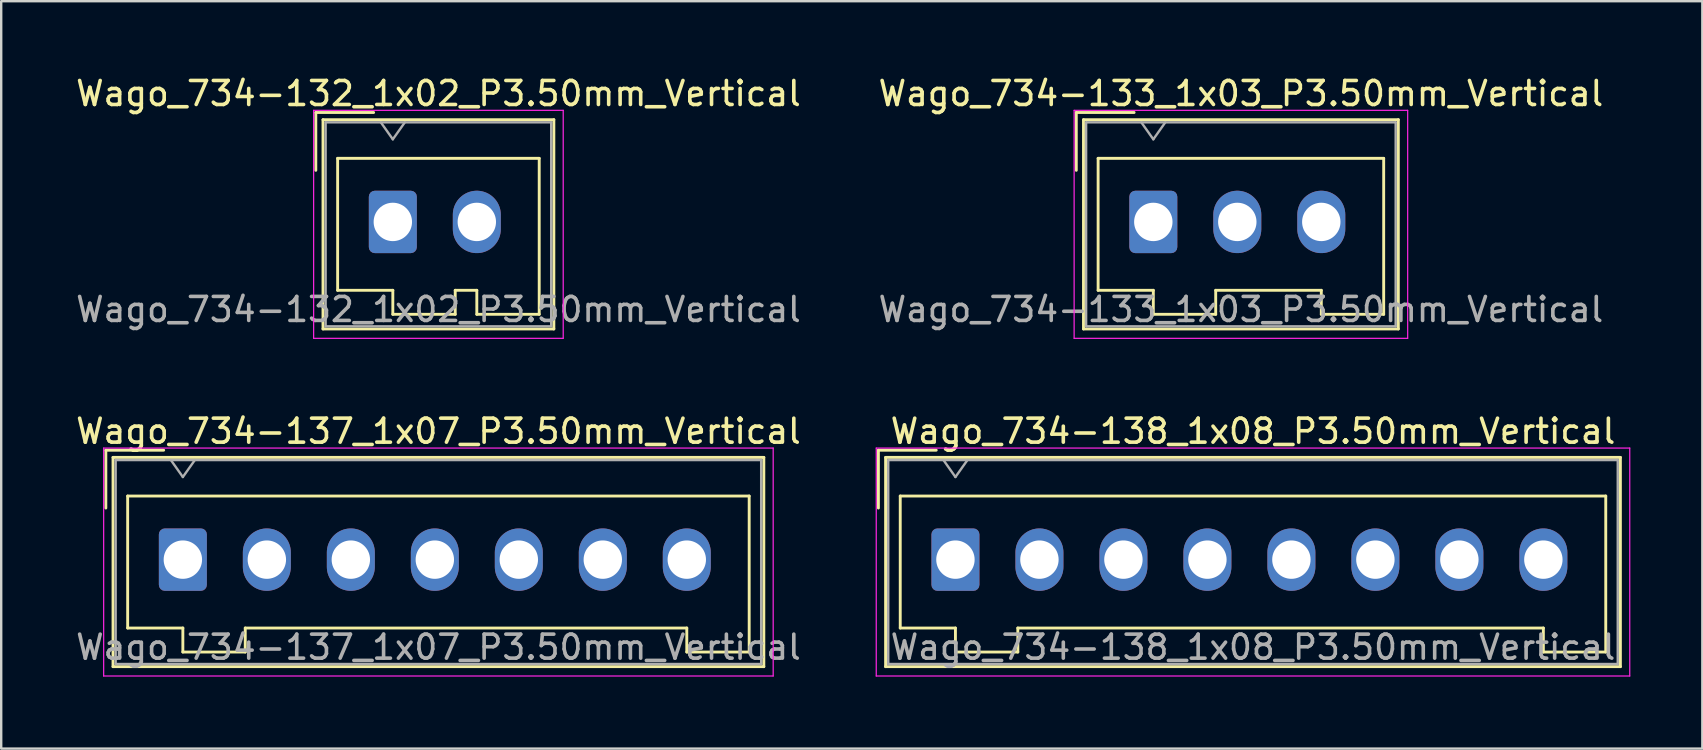
<source format=kicad_pcb>
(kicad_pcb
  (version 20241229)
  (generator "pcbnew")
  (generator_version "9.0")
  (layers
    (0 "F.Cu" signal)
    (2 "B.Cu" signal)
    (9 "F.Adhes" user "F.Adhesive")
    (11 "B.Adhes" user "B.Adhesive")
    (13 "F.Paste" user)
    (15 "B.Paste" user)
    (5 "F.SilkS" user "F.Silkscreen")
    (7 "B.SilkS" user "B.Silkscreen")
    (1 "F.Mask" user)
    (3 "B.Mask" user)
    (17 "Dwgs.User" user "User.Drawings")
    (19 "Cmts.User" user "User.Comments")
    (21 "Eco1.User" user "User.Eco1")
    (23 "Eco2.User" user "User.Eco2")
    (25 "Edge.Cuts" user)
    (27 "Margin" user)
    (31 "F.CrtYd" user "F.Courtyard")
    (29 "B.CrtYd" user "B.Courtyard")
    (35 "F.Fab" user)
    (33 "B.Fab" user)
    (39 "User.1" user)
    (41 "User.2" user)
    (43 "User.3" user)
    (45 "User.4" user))
  (footprint "Wago_734-132_1x02_P3.50mm_Vertical"
    (layer "F.Cu")
    (at 13.32 6.198)
    (property "Reference" "Wago_734-132_1x02_P3.50mm_Vertical" (at 1.9 -5.35 0) (layer "F.SilkS") (effects (font (size 1 1) (thickness 0.15))))
    (attr through_hole)
    (fp_line (start -3.21 -4.56) (end -0.8 -4.56) (stroke (width 0.12) (type solid)) (layer "F.SilkS"))
    (fp_line (start -3.21 -2.15) (end -3.21 -4.56) (stroke (width 0.12) (type solid)) (layer "F.SilkS"))
    (fp_line (start -2.91 -4.26) (end -2.91 4.46) (stroke (width 0.12) (type solid)) (layer "F.SilkS"))
    (fp_line (start -2.91 4.46) (end 6.71 4.46) (stroke (width 0.12) (type solid)) (layer "F.SilkS"))
    (fp_line (start -2.3 -2.65) (end -2.3 2.85) (stroke (width 0.12) (type solid)) (layer "F.SilkS"))
    (fp_line (start -2.3 2.85) (end 0 2.85) (stroke (width 0.12) (type solid)) (layer "F.SilkS"))
    (fp_line (start 0 2.85) (end 0 3.85) (stroke (width 0.12) (type solid)) (layer "F.SilkS"))
    (fp_line (start 0 3.85) (end 2.6 3.85) (stroke (width 0.12) (type solid)) (layer "F.SilkS"))
    (fp_line (start 2.6 2.85) (end 3.5 2.85) (stroke (width 0.12) (type solid)) (layer "F.SilkS"))
    (fp_line (start 2.6 3.85) (end 2.6 2.85) (stroke (width 0.12) (type solid)) (layer "F.SilkS"))
    (fp_line (start 3.5 2.85) (end 3.5 3.85) (stroke (width 0.12) (type solid)) (layer "F.SilkS"))
    (fp_line (start 3.5 3.85) (end 6.1 3.85) (stroke (width 0.12) (type solid)) (layer "F.SilkS"))
    (fp_line (start 6.1 -2.65) (end -2.3 -2.65) (stroke (width 0.12) (type solid)) (layer "F.SilkS"))
    (fp_line (start 6.1 3.85) (end 6.1 -2.65) (stroke (width 0.12) (type solid)) (layer "F.SilkS"))
    (fp_line (start 6.71 -4.26) (end -2.91 -4.26) (stroke (width 0.12) (type solid)) (layer "F.SilkS"))
    (fp_line (start 6.71 4.46) (end 6.71 -4.26) (stroke (width 0.12) (type solid)) (layer "F.SilkS"))
    (fp_line (start -3.3 -4.65) (end -3.3 4.85) (stroke (width 0.05) (type solid)) (layer "F.CrtYd"))
    (fp_line (start -3.3 4.85) (end 7.1 4.85) (stroke (width 0.05) (type solid)) (layer "F.CrtYd"))
    (fp_line (start 7.1 -4.65) (end -3.3 -4.65) (stroke (width 0.05) (type solid)) (layer "F.CrtYd"))
    (fp_line (start 7.1 4.85) (end 7.1 -4.65) (stroke (width 0.05) (type solid)) (layer "F.CrtYd"))
    (fp_line (start -2.8 -4.15) (end -2.8 4.35) (stroke (width 0.1) (type solid)) (layer "F.Fab"))
    (fp_line (start -2.8 4.35) (end 6.6 4.35) (stroke (width 0.1) (type solid)) (layer "F.Fab"))
    (fp_line (start -0.5 -4.15) (end 0 -3.443) (stroke (width 0.1) (type solid)) (layer "F.Fab"))
    (fp_line (start 0 -3.443) (end 0.5 -4.15) (stroke (width 0.1) (type solid)) (layer "F.Fab"))
    (fp_line (start 6.6 -4.15) (end -2.8 -4.15) (stroke (width 0.1) (type solid)) (layer "F.Fab"))
    (fp_line (start 6.6 4.35) (end 6.6 -4.15) (stroke (width 0.1) (type solid)) (layer "F.Fab"))
    (fp_text user "${REFERENCE}" (at 1.9 3.65 0) (layer "F.Fab") (effects (font (size 1 1) (thickness 0.15))))
    (pad "1" thru_hole roundrect (at 0 0) (size 2 2.6) (drill 1.6) (layers "*.Cu" "*.Mask") (roundrect_rratio 0.125))
    (pad "2" thru_hole oval (at 3.5 0) (size 2 2.6) (drill 1.6) (layers "*.Cu" "*.Mask")))
  (footprint "Wago_734-133_1x03_P3.50mm_Vertical"
    (layer "F.Cu")
    (at 45.011 6.198)
    (property "Reference" "Wago_734-133_1x03_P3.50mm_Vertical" (at 3.65 -5.35 0) (layer "F.SilkS") (effects (font (size 1 1) (thickness 0.15))))
    (attr through_hole)
    (fp_line (start -3.21 -4.56) (end -0.8 -4.56) (stroke (width 0.12) (type solid)) (layer "F.SilkS"))
    (fp_line (start -3.21 -2.15) (end -3.21 -4.56) (stroke (width 0.12) (type solid)) (layer "F.SilkS"))
    (fp_line (start -2.91 -4.26) (end -2.91 4.46) (stroke (width 0.12) (type solid)) (layer "F.SilkS"))
    (fp_line (start -2.91 4.46) (end 10.21 4.46) (stroke (width 0.12) (type solid)) (layer "F.SilkS"))
    (fp_line (start -2.3 -2.65) (end -2.3 2.85) (stroke (width 0.12) (type solid)) (layer "F.SilkS"))
    (fp_line (start -2.3 2.85) (end 0 2.85) (stroke (width 0.12) (type solid)) (layer "F.SilkS"))
    (fp_line (start 0 2.85) (end 0 3.85) (stroke (width 0.12) (type solid)) (layer "F.SilkS"))
    (fp_line (start 0 3.85) (end 2.6 3.85) (stroke (width 0.12) (type solid)) (layer "F.SilkS"))
    (fp_line (start 2.6 2.85) (end 7 2.85) (stroke (width 0.12) (type solid)) (layer "F.SilkS"))
    (fp_line (start 2.6 3.85) (end 2.6 2.85) (stroke (width 0.12) (type solid)) (layer "F.SilkS"))
    (fp_line (start 7 2.85) (end 7 3.85) (stroke (width 0.12) (type solid)) (layer "F.SilkS"))
    (fp_line (start 7 3.85) (end 9.6 3.85) (stroke (width 0.12) (type solid)) (layer "F.SilkS"))
    (fp_line (start 9.6 -2.65) (end -2.3 -2.65) (stroke (width 0.12) (type solid)) (layer "F.SilkS"))
    (fp_line (start 9.6 3.85) (end 9.6 -2.65) (stroke (width 0.12) (type solid)) (layer "F.SilkS"))
    (fp_line (start 10.21 -4.26) (end -2.91 -4.26) (stroke (width 0.12) (type solid)) (layer "F.SilkS"))
    (fp_line (start 10.21 4.46) (end 10.21 -4.26) (stroke (width 0.12) (type solid)) (layer "F.SilkS"))
    (fp_line (start -3.3 -4.65) (end -3.3 4.85) (stroke (width 0.05) (type solid)) (layer "F.CrtYd"))
    (fp_line (start -3.3 4.85) (end 10.6 4.85) (stroke (width 0.05) (type solid)) (layer "F.CrtYd"))
    (fp_line (start 10.6 -4.65) (end -3.3 -4.65) (stroke (width 0.05) (type solid)) (layer "F.CrtYd"))
    (fp_line (start 10.6 4.85) (end 10.6 -4.65) (stroke (width 0.05) (type solid)) (layer "F.CrtYd"))
    (fp_line (start -2.8 -4.15) (end -2.8 4.35) (stroke (width 0.1) (type solid)) (layer "F.Fab"))
    (fp_line (start -2.8 4.35) (end 10.1 4.35) (stroke (width 0.1) (type solid)) (layer "F.Fab"))
    (fp_line (start -0.5 -4.15) (end 0 -3.443) (stroke (width 0.1) (type solid)) (layer "F.Fab"))
    (fp_line (start 0 -3.443) (end 0.5 -4.15) (stroke (width 0.1) (type solid)) (layer "F.Fab"))
    (fp_line (start 10.1 -4.15) (end -2.8 -4.15) (stroke (width 0.1) (type solid)) (layer "F.Fab"))
    (fp_line (start 10.1 4.35) (end 10.1 -4.15) (stroke (width 0.1) (type solid)) (layer "F.Fab"))
    (fp_text user "${REFERENCE}" (at 3.65 3.65 0) (layer "F.Fab") (effects (font (size 1 1) (thickness 0.15))))
    (pad "1" thru_hole roundrect (at 0 0) (size 2 2.6) (drill 1.6) (layers "*.Cu" "*.Mask") (roundrect_rratio 0.125))
    (pad "2" thru_hole oval (at 3.5 0) (size 2 2.6) (drill 1.6) (layers "*.Cu" "*.Mask"))
    (pad "3" thru_hole oval (at 7 0) (size 2 2.6) (drill 1.6) (layers "*.Cu" "*.Mask")))
  (footprint "Wago_734-138_1x08_P3.50mm_Vertical"
    (layer "F.Cu")
    (at 36.765 20.271)
    (property "Reference" "Wago_734-138_1x08_P3.50mm_Vertical" (at 12.4 -5.35 0) (layer "F.SilkS") (effects (font (size 1 1) (thickness 0.15))))
    (attr through_hole)
    (fp_line (start -3.21 -4.56) (end -0.8 -4.56) (stroke (width 0.12) (type solid)) (layer "F.SilkS"))
    (fp_line (start -3.21 -2.15) (end -3.21 -4.56) (stroke (width 0.12) (type solid)) (layer "F.SilkS"))
    (fp_line (start -2.91 -4.26) (end -2.91 4.46) (stroke (width 0.12) (type solid)) (layer "F.SilkS"))
    (fp_line (start -2.91 4.46) (end 27.71 4.46) (stroke (width 0.12) (type solid)) (layer "F.SilkS"))
    (fp_line (start -2.3 -2.65) (end -2.3 2.85) (stroke (width 0.12) (type solid)) (layer "F.SilkS"))
    (fp_line (start -2.3 2.85) (end 0 2.85) (stroke (width 0.12) (type solid)) (layer "F.SilkS"))
    (fp_line (start 0 2.85) (end 0 3.85) (stroke (width 0.12) (type solid)) (layer "F.SilkS"))
    (fp_line (start 0 3.85) (end 2.6 3.85) (stroke (width 0.12) (type solid)) (layer "F.SilkS"))
    (fp_line (start 2.6 2.85) (end 24.5 2.85) (stroke (width 0.12) (type solid)) (layer "F.SilkS"))
    (fp_line (start 2.6 3.85) (end 2.6 2.85) (stroke (width 0.12) (type solid)) (layer "F.SilkS"))
    (fp_line (start 24.5 2.85) (end 24.5 3.85) (stroke (width 0.12) (type solid)) (layer "F.SilkS"))
    (fp_line (start 24.5 3.85) (end 27.1 3.85) (stroke (width 0.12) (type solid)) (layer "F.SilkS"))
    (fp_line (start 27.1 -2.65) (end -2.3 -2.65) (stroke (width 0.12) (type solid)) (layer "F.SilkS"))
    (fp_line (start 27.1 3.85) (end 27.1 -2.65) (stroke (width 0.12) (type solid)) (layer "F.SilkS"))
    (fp_line (start 27.71 -4.26) (end -2.91 -4.26) (stroke (width 0.12) (type solid)) (layer "F.SilkS"))
    (fp_line (start 27.71 4.46) (end 27.71 -4.26) (stroke (width 0.12) (type solid)) (layer "F.SilkS"))
    (fp_line (start -3.3 -4.65) (end -3.3 4.85) (stroke (width 0.05) (type solid)) (layer "F.CrtYd"))
    (fp_line (start -3.3 4.85) (end 28.1 4.85) (stroke (width 0.05) (type solid)) (layer "F.CrtYd"))
    (fp_line (start 28.1 -4.65) (end -3.3 -4.65) (stroke (width 0.05) (type solid)) (layer "F.CrtYd"))
    (fp_line (start 28.1 4.85) (end 28.1 -4.65) (stroke (width 0.05) (type solid)) (layer "F.CrtYd"))
    (fp_line (start -2.8 -4.15) (end -2.8 4.35) (stroke (width 0.1) (type solid)) (layer "F.Fab"))
    (fp_line (start -2.8 4.35) (end 27.6 4.35) (stroke (width 0.1) (type solid)) (layer "F.Fab"))
    (fp_line (start -0.5 -4.15) (end 0 -3.443) (stroke (width 0.1) (type solid)) (layer "F.Fab"))
    (fp_line (start 0 -3.443) (end 0.5 -4.15) (stroke (width 0.1) (type solid)) (layer "F.Fab"))
    (fp_line (start 27.6 -4.15) (end -2.8 -4.15) (stroke (width 0.1) (type solid)) (layer "F.Fab"))
    (fp_line (start 27.6 4.35) (end 27.6 -4.15) (stroke (width 0.1) (type solid)) (layer "F.Fab"))
    (fp_text user "${REFERENCE}" (at 12.4 3.65 0) (layer "F.Fab") (effects (font (size 1 1) (thickness 0.15))))
    (pad "1" thru_hole roundrect (at 0 0) (size 2 2.6) (drill 1.6) (layers "*.Cu" "*.Mask") (roundrect_rratio 0.125))
    (pad "2" thru_hole oval (at 3.5 0) (size 2 2.6) (drill 1.6) (layers "*.Cu" "*.Mask"))
    (pad "3" thru_hole oval (at 7 0) (size 2 2.6) (drill 1.6) (layers "*.Cu" "*.Mask"))
    (pad "4" thru_hole oval (at 10.5 0) (size 2 2.6) (drill 1.6) (layers "*.Cu" "*.Mask"))
    (pad "5" thru_hole oval (at 14 0) (size 2 2.6) (drill 1.6) (layers "*.Cu" "*.Mask"))
    (pad "6" thru_hole oval (at 17.5 0) (size 2 2.6) (drill 1.6) (layers "*.Cu" "*.Mask"))
    (pad "7" thru_hole oval (at 21 0) (size 2 2.6) (drill 1.6) (layers "*.Cu" "*.Mask"))
    (pad "8" thru_hole oval (at 24.5 0) (size 2 2.6) (drill 1.6) (layers "*.Cu" "*.Mask")))
  (footprint "Wago_734-137_1x07_P3.50mm_Vertical"
    (layer "F.Cu")
    (at 4.57 20.271)
    (property "Reference" "Wago_734-137_1x07_P3.50mm_Vertical" (at 10.65 -5.35 0) (layer "F.SilkS") (effects (font (size 1 1) (thickness 0.15))))
    (attr through_hole)
    (fp_line (start -3.21 -4.56) (end -0.8 -4.56) (stroke (width 0.12) (type solid)) (layer "F.SilkS"))
    (fp_line (start -3.21 -2.15) (end -3.21 -4.56) (stroke (width 0.12) (type solid)) (layer "F.SilkS"))
    (fp_line (start -2.91 -4.26) (end -2.91 4.46) (stroke (width 0.12) (type solid)) (layer "F.SilkS"))
    (fp_line (start -2.91 4.46) (end 24.21 4.46) (stroke (width 0.12) (type solid)) (layer "F.SilkS"))
    (fp_line (start -2.3 -2.65) (end -2.3 2.85) (stroke (width 0.12) (type solid)) (layer "F.SilkS"))
    (fp_line (start -2.3 2.85) (end 0 2.85) (stroke (width 0.12) (type solid)) (layer "F.SilkS"))
    (fp_line (start 0 2.85) (end 0 3.85) (stroke (width 0.12) (type solid)) (layer "F.SilkS"))
    (fp_line (start 0 3.85) (end 2.6 3.85) (stroke (width 0.12) (type solid)) (layer "F.SilkS"))
    (fp_line (start 2.6 2.85) (end 21 2.85) (stroke (width 0.12) (type solid)) (layer "F.SilkS"))
    (fp_line (start 2.6 3.85) (end 2.6 2.85) (stroke (width 0.12) (type solid)) (layer "F.SilkS"))
    (fp_line (start 21 2.85) (end 21 3.85) (stroke (width 0.12) (type solid)) (layer "F.SilkS"))
    (fp_line (start 21 3.85) (end 23.6 3.85) (stroke (width 0.12) (type solid)) (layer "F.SilkS"))
    (fp_line (start 23.6 -2.65) (end -2.3 -2.65) (stroke (width 0.12) (type solid)) (layer "F.SilkS"))
    (fp_line (start 23.6 3.85) (end 23.6 -2.65) (stroke (width 0.12) (type solid)) (layer "F.SilkS"))
    (fp_line (start 24.21 -4.26) (end -2.91 -4.26) (stroke (width 0.12) (type solid)) (layer "F.SilkS"))
    (fp_line (start 24.21 4.46) (end 24.21 -4.26) (stroke (width 0.12) (type solid)) (layer "F.SilkS"))
    (fp_line (start -3.3 -4.65) (end -3.3 4.85) (stroke (width 0.05) (type solid)) (layer "F.CrtYd"))
    (fp_line (start -3.3 4.85) (end 24.6 4.85) (stroke (width 0.05) (type solid)) (layer "F.CrtYd"))
    (fp_line (start 24.6 -4.65) (end -3.3 -4.65) (stroke (width 0.05) (type solid)) (layer "F.CrtYd"))
    (fp_line (start 24.6 4.85) (end 24.6 -4.65) (stroke (width 0.05) (type solid)) (layer "F.CrtYd"))
    (fp_line (start -2.8 -4.15) (end -2.8 4.35) (stroke (width 0.1) (type solid)) (layer "F.Fab"))
    (fp_line (start -2.8 4.35) (end 24.1 4.35) (stroke (width 0.1) (type solid)) (layer "F.Fab"))
    (fp_line (start -0.5 -4.15) (end 0 -3.443) (stroke (width 0.1) (type solid)) (layer "F.Fab"))
    (fp_line (start 0 -3.443) (end 0.5 -4.15) (stroke (width 0.1) (type solid)) (layer "F.Fab"))
    (fp_line (start 24.1 -4.15) (end -2.8 -4.15) (stroke (width 0.1) (type solid)) (layer "F.Fab"))
    (fp_line (start 24.1 4.35) (end 24.1 -4.15) (stroke (width 0.1) (type solid)) (layer "F.Fab"))
    (fp_text user "${REFERENCE}" (at 10.65 3.65 0) (layer "F.Fab") (effects (font (size 1 1) (thickness 0.15))))
    (pad "1" thru_hole roundrect (at 0 0) (size 2 2.6) (drill 1.6) (layers "*.Cu" "*.Mask") (roundrect_rratio 0.125))
    (pad "2" thru_hole oval (at 3.5 0) (size 2 2.6) (drill 1.6) (layers "*.Cu" "*.Mask"))
    (pad "3" thru_hole oval (at 7 0) (size 2 2.6) (drill 1.6) (layers "*.Cu" "*.Mask"))
    (pad "4" thru_hole oval (at 10.5 0) (size 2 2.6) (drill 1.6) (layers "*.Cu" "*.Mask"))
    (pad "5" thru_hole oval (at 14 0) (size 2 2.6) (drill 1.6) (layers "*.Cu" "*.Mask"))
    (pad "6" thru_hole oval (at 17.5 0) (size 2 2.6) (drill 1.6) (layers "*.Cu" "*.Mask"))
    (pad "7" thru_hole oval (at 21 0) (size 2 2.6) (drill 1.6) (layers "*.Cu" "*.Mask")))
  (gr_rect
    (start -3 -3)
    (end 67.89 28.146)
    (stroke (width 0.1) (type default))
    (fill no)
    (layer "Edge.Cuts")))
</source>
